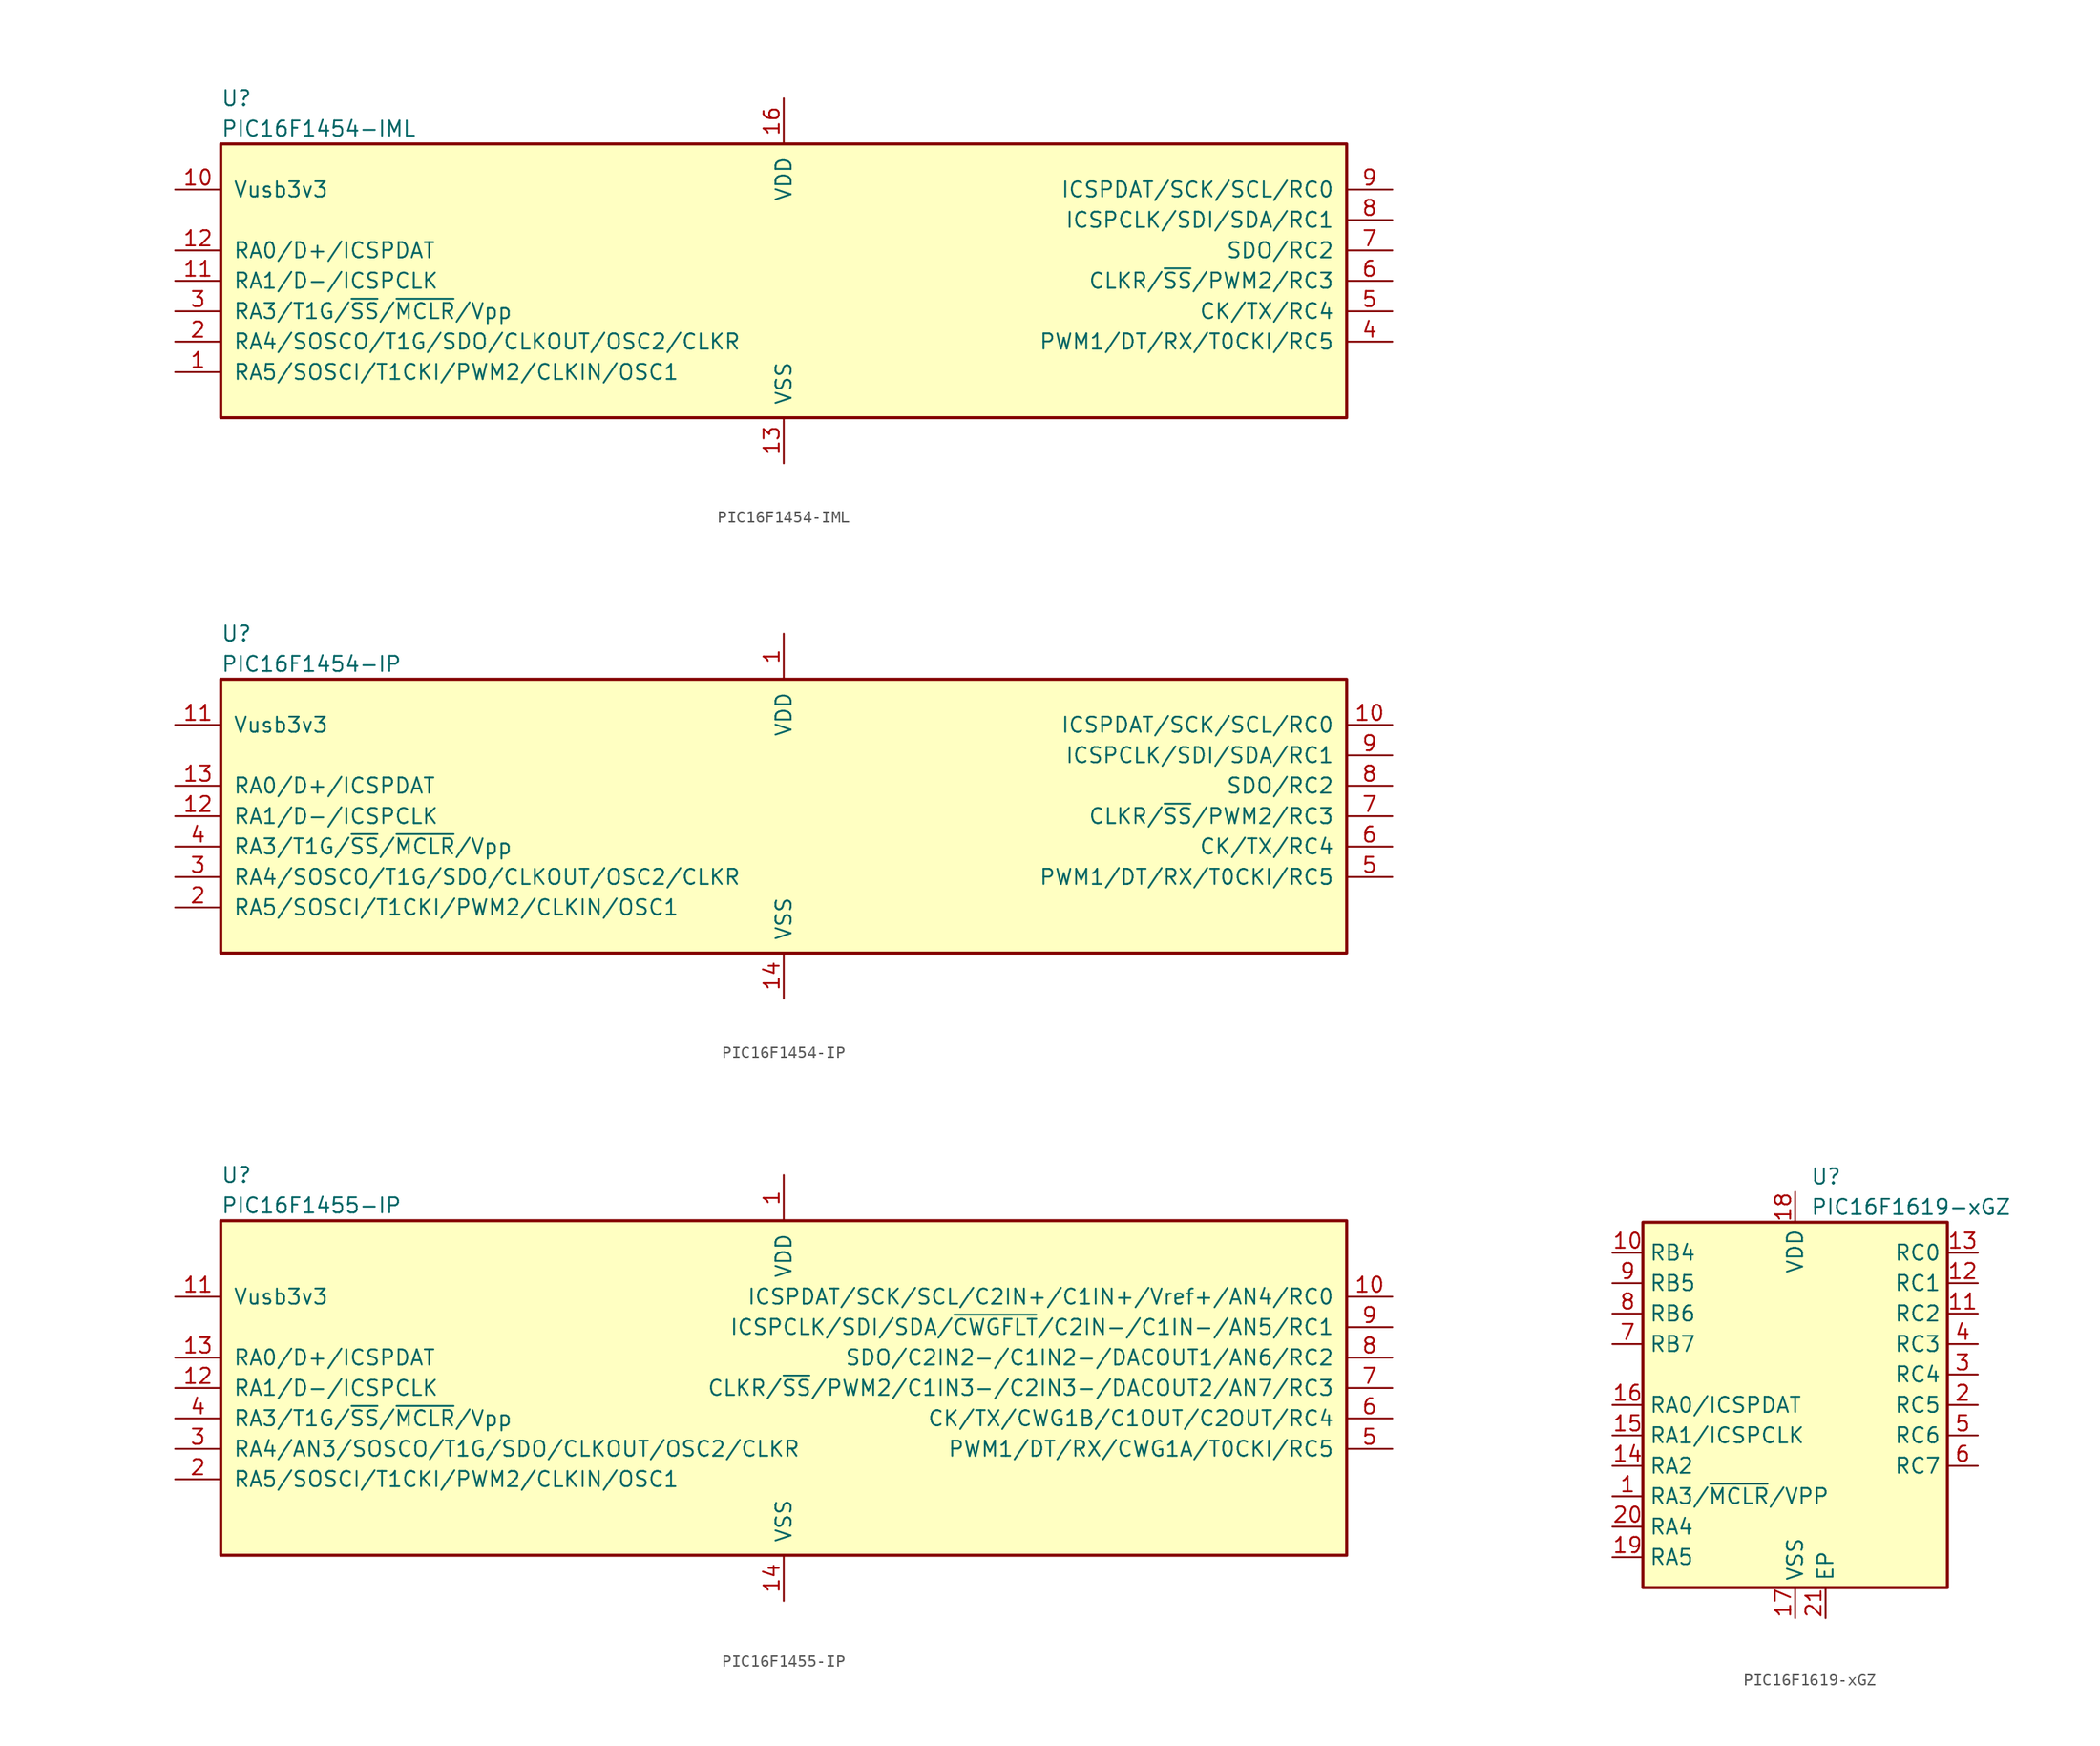
<source format=kicad_sym>
(kicad_symbol_lib
  (version 20201005)
  (generator kicad_symbol_editor)
  (symbol "PIC16F1454-IML"
    (pin_names
      (offset 1.016))
    (property "Reference" "U"
      (at -46.99 15.24 0)
      (effects (font (size 1.27 1.27)) (justify left)))
    (property "Value" "PIC16F1454-IML"
      (at -46.99 12.7 0)
      (effects (font (size 1.27 1.27)) (justify left)))
    (symbol "PIC16F1454-IML_0_1"
      (rectangle (start -46.99 11.43) (end 46.99 -11.43) (stroke (width 0.254)) (fill (type background))))
    (symbol "PIC16F1454-IML_1_1"
      (pin bidirectional line (at -50.8 -7.62 0) (length 3.81) (name "RA5/SOSCI/T1CKI/PWM2/CLKIN/OSC1" (effects (font (size 1.27 1.27)))) (number "1" (effects (font (size 1.27 1.27)))))
      (pin bidirectional line (at -50.8 7.62 0) (length 3.81) (name "Vusb3v3" (effects (font (size 1.27 1.27)))) (number "10" (effects (font (size 1.27 1.27)))))
      (pin bidirectional line (at -50.8 0 0) (length 3.81) (name "RA1/D-/ICSPCLK" (effects (font (size 1.27 1.27)))) (number "11" (effects (font (size 1.27 1.27)))))
      (pin bidirectional line (at -50.8 2.54 0) (length 3.81) (name "RA0/D+/ICSPDAT" (effects (font (size 1.27 1.27)))) (number "12" (effects (font (size 1.27 1.27)))))
      (pin power_in line (at 0 -15.24 90) (length 3.81) (name "VSS" (effects (font (size 1.27 1.27)))) (number "13" (effects (font (size 1.27 1.27)))))
      (pin power_in line (at 0 15.24 270) (length 3.81) (name "VDD" (effects (font (size 1.27 1.27)))) (number "16" (effects (font (size 1.27 1.27)))))
      (pin bidirectional line (at -50.8 -5.08 0) (length 3.81) (name "RA4/SOSCO/T1G/SDO/CLKOUT/OSC2/CLKR" (effects (font (size 1.27 1.27)))) (number "2" (effects (font (size 1.27 1.27)))))
      (pin input line (at -50.8 -2.54 0) (length 3.81) (name "RA3/T1G/~SS~/~MCLR~/Vpp" (effects (font (size 1.27 1.27)))) (number "3" (effects (font (size 1.27 1.27)))))
      (pin bidirectional line (at 50.8 -5.08 180) (length 3.81) (name "PWM1/DT/RX/T0CKI/RC5" (effects (font (size 1.27 1.27)))) (number "4" (effects (font (size 1.27 1.27)))))
      (pin bidirectional line (at 50.8 -2.54 180) (length 3.81) (name "CK/TX/RC4" (effects (font (size 1.27 1.27)))) (number "5" (effects (font (size 1.27 1.27)))))
      (pin bidirectional line (at 50.8 0 180) (length 3.81) (name "CLKR/~SS~/PWM2/RC3" (effects (font (size 1.27 1.27)))) (number "6" (effects (font (size 1.27 1.27)))))
      (pin bidirectional line (at 50.8 2.54 180) (length 3.81) (name "SDO/RC2" (effects (font (size 1.27 1.27)))) (number "7" (effects (font (size 1.27 1.27)))))
      (pin bidirectional line (at 50.8 5.08 180) (length 3.81) (name "ICSPCLK/SDI/SDA/RC1" (effects (font (size 1.27 1.27)))) (number "8" (effects (font (size 1.27 1.27)))))
      (pin bidirectional line (at 50.8 7.62 180) (length 3.81) (name "ICSPDAT/SCK/SCL/RC0" (effects (font (size 1.27 1.27)))) (number "9" (effects (font (size 1.27 1.27)))))))
  (symbol "PIC16F1454-IP"
    (pin_names
      (offset 1.016))
    (property "Reference" "U"
      (at -46.99 15.24 0)
      (effects (font (size 1.27 1.27)) (justify left)))
    (property "Value" "PIC16F1454-IP"
      (at -46.99 12.7 0)
      (effects (font (size 1.27 1.27)) (justify left)))
    (symbol "PIC16F1454-IP_0_1"
      (rectangle (start -46.99 11.43) (end 46.99 -11.43) (stroke (width 0.254)) (fill (type background))))
    (symbol "PIC16F1454-IP_1_1"
      (pin power_in line (at 0 15.24 270) (length 3.81) (name "VDD" (effects (font (size 1.27 1.27)))) (number "1" (effects (font (size 1.27 1.27)))))
      (pin bidirectional line (at 50.8 7.62 180) (length 3.81) (name "ICSPDAT/SCK/SCL/RC0" (effects (font (size 1.27 1.27)))) (number "10" (effects (font (size 1.27 1.27)))))
      (pin bidirectional line (at -50.8 7.62 0) (length 3.81) (name "Vusb3v3" (effects (font (size 1.27 1.27)))) (number "11" (effects (font (size 1.27 1.27)))))
      (pin bidirectional line (at -50.8 0 0) (length 3.81) (name "RA1/D-/ICSPCLK" (effects (font (size 1.27 1.27)))) (number "12" (effects (font (size 1.27 1.27)))))
      (pin bidirectional line (at -50.8 2.54 0) (length 3.81) (name "RA0/D+/ICSPDAT" (effects (font (size 1.27 1.27)))) (number "13" (effects (font (size 1.27 1.27)))))
      (pin power_in line (at 0 -15.24 90) (length 3.81) (name "VSS" (effects (font (size 1.27 1.27)))) (number "14" (effects (font (size 1.27 1.27)))))
      (pin bidirectional line (at -50.8 -7.62 0) (length 3.81) (name "RA5/SOSCI/T1CKI/PWM2/CLKIN/OSC1" (effects (font (size 1.27 1.27)))) (number "2" (effects (font (size 1.27 1.27)))))
      (pin bidirectional line (at -50.8 -5.08 0) (length 3.81) (name "RA4/SOSCO/T1G/SDO/CLKOUT/OSC2/CLKR" (effects (font (size 1.27 1.27)))) (number "3" (effects (font (size 1.27 1.27)))))
      (pin input line (at -50.8 -2.54 0) (length 3.81) (name "RA3/T1G/~SS~/~MCLR~/Vpp" (effects (font (size 1.27 1.27)))) (number "4" (effects (font (size 1.27 1.27)))))
      (pin bidirectional line (at 50.8 -5.08 180) (length 3.81) (name "PWM1/DT/RX/T0CKI/RC5" (effects (font (size 1.27 1.27)))) (number "5" (effects (font (size 1.27 1.27)))))
      (pin bidirectional line (at 50.8 -2.54 180) (length 3.81) (name "CK/TX/RC4" (effects (font (size 1.27 1.27)))) (number "6" (effects (font (size 1.27 1.27)))))
      (pin bidirectional line (at 50.8 0 180) (length 3.81) (name "CLKR/~SS~/PWM2/RC3" (effects (font (size 1.27 1.27)))) (number "7" (effects (font (size 1.27 1.27)))))
      (pin bidirectional line (at 50.8 2.54 180) (length 3.81) (name "SDO/RC2" (effects (font (size 1.27 1.27)))) (number "8" (effects (font (size 1.27 1.27)))))
      (pin bidirectional line (at 50.8 5.08 180) (length 3.81) (name "ICSPCLK/SDI/SDA/RC1" (effects (font (size 1.27 1.27)))) (number "9" (effects (font (size 1.27 1.27)))))))
  (symbol "PIC16F1455-IP"
    (pin_names
      (offset 1.016))
    (property "Reference" "U"
      (at -46.99 17.78 0)
      (effects (font (size 1.27 1.27)) (justify left)))
    (property "Value" "PIC16F1455-IP"
      (at -46.99 15.24 0)
      (effects (font (size 1.27 1.27)) (justify left)))
    (symbol "PIC16F1455-IP_0_1"
      (rectangle (start -46.99 13.97) (end 46.99 -13.97) (stroke (width 0.254)) (fill (type background))))
    (symbol "PIC16F1455-IP_1_1"
      (pin power_in line (at 0 17.78 270) (length 3.81) (name "VDD" (effects (font (size 1.27 1.27)))) (number "1" (effects (font (size 1.27 1.27)))))
      (pin bidirectional line (at 50.8 7.62 180) (length 3.81) (name "ICSPDAT/SCK/SCL/C2IN+/C1IN+/Vref+/AN4/RC0" (effects (font (size 1.27 1.27)))) (number "10" (effects (font (size 1.27 1.27)))))
      (pin bidirectional line (at -50.8 7.62 0) (length 3.81) (name "Vusb3v3" (effects (font (size 1.27 1.27)))) (number "11" (effects (font (size 1.27 1.27)))))
      (pin bidirectional line (at -50.8 0 0) (length 3.81) (name "RA1/D-/ICSPCLK" (effects (font (size 1.27 1.27)))) (number "12" (effects (font (size 1.27 1.27)))))
      (pin bidirectional line (at -50.8 2.54 0) (length 3.81) (name "RA0/D+/ICSPDAT" (effects (font (size 1.27 1.27)))) (number "13" (effects (font (size 1.27 1.27)))))
      (pin power_in line (at 0 -17.78 90) (length 3.81) (name "VSS" (effects (font (size 1.27 1.27)))) (number "14" (effects (font (size 1.27 1.27)))))
      (pin bidirectional line (at -50.8 -7.62 0) (length 3.81) (name "RA5/SOSCI/T1CKI/PWM2/CLKIN/OSC1" (effects (font (size 1.27 1.27)))) (number "2" (effects (font (size 1.27 1.27)))))
      (pin bidirectional line (at -50.8 -5.08 0) (length 3.81) (name "RA4/AN3/SOSCO/T1G/SDO/CLKOUT/OSC2/CLKR" (effects (font (size 1.27 1.27)))) (number "3" (effects (font (size 1.27 1.27)))))
      (pin input line (at -50.8 -2.54 0) (length 3.81) (name "RA3/T1G/~SS~/~MCLR~/Vpp" (effects (font (size 1.27 1.27)))) (number "4" (effects (font (size 1.27 1.27)))))
      (pin bidirectional line (at 50.8 -5.08 180) (length 3.81) (name "PWM1/DT/RX/CWG1A/T0CKI/RC5" (effects (font (size 1.27 1.27)))) (number "5" (effects (font (size 1.27 1.27)))))
      (pin bidirectional line (at 50.8 -2.54 180) (length 3.81) (name "CK/TX/CWG1B/C1OUT/C2OUT/RC4" (effects (font (size 1.27 1.27)))) (number "6" (effects (font (size 1.27 1.27)))))
      (pin bidirectional line (at 50.8 0 180) (length 3.81) (name "CLKR/~SS~/PWM2/C1IN3-/C2IN3-/DACOUT2/AN7/RC3" (effects (font (size 1.27 1.27)))) (number "7" (effects (font (size 1.27 1.27)))))
      (pin bidirectional line (at 50.8 2.54 180) (length 3.81) (name "SDO/C2IN2-/C1IN2-/DACOUT1/AN6/RC2" (effects (font (size 1.27 1.27)))) (number "8" (effects (font (size 1.27 1.27)))))
      (pin bidirectional line (at 50.8 5.08 180) (length 3.81) (name "ICSPCLK/SDI/SDA/~CWGFLT~/C2IN-/C1IN-/AN5/RC1" (effects (font (size 1.27 1.27)))) (number "9" (effects (font (size 1.27 1.27)))))))
  (symbol "PIC16F1619-xGZ"
    (property "Reference" "U"
      (at 1.27 19.05 0)
      (effects (font (size 1.27 1.27)) (justify left)))
    (property "Value" "PIC16F1619-xGZ"
      (at 1.27 16.51 0)
      (effects (font (size 1.27 1.27)) (justify left)))
    (symbol "PIC16F1619-xGZ_0_0"
      (pin passive line (at 2.54 -17.78 90) (length 2.54) (name "EP" (effects (font (size 1.27 1.27)))) (number "21" (effects (font (size 1.27 1.27))))))
    (symbol "PIC16F1619-xGZ_0_1"
      (rectangle (start -12.7 15.24) (end 12.7 -15.24) (stroke (width 0.254)) (fill (type background))))
    (symbol "PIC16F1619-xGZ_1_1"
      (pin bidirectional line (at -15.24 -7.62 0) (length 2.54) (name "RA3/~MCLR~/VPP" (effects (font (size 1.27 1.27)))) (number "1" (effects (font (size 1.27 1.27)))))
      (pin bidirectional line (at -15.24 12.7 0) (length 2.54) (name "RB4" (effects (font (size 1.27 1.27)))) (number "10" (effects (font (size 1.27 1.27)))))
      (pin bidirectional line (at 15.24 7.62 180) (length 2.54) (name "RC2" (effects (font (size 1.27 1.27)))) (number "11" (effects (font (size 1.27 1.27)))))
      (pin bidirectional line (at 15.24 10.16 180) (length 2.54) (name "RC1" (effects (font (size 1.27 1.27)))) (number "12" (effects (font (size 1.27 1.27)))))
      (pin bidirectional line (at 15.24 12.7 180) (length 2.54) (name "RC0" (effects (font (size 1.27 1.27)))) (number "13" (effects (font (size 1.27 1.27)))))
      (pin bidirectional line (at -15.24 -5.08 0) (length 2.54) (name "RA2" (effects (font (size 1.27 1.27)))) (number "14" (effects (font (size 1.27 1.27)))))
      (pin bidirectional line (at -15.24 -2.54 0) (length 2.54) (name "RA1/ICSPCLK" (effects (font (size 1.27 1.27)))) (number "15" (effects (font (size 1.27 1.27)))))
      (pin bidirectional line (at -15.24 0 0) (length 2.54) (name "RA0/ICSPDAT" (effects (font (size 1.27 1.27)))) (number "16" (effects (font (size 1.27 1.27)))))
      (pin power_in line (at 0 -17.78 90) (length 2.54) (name "VSS" (effects (font (size 1.27 1.27)))) (number "17" (effects (font (size 1.27 1.27)))))
      (pin power_in line (at 0 17.78 270) (length 2.54) (name "VDD" (effects (font (size 1.27 1.27)))) (number "18" (effects (font (size 1.27 1.27)))))
      (pin bidirectional line (at -15.24 -12.7 0) (length 2.54) (name "RA5" (effects (font (size 1.27 1.27)))) (number "19" (effects (font (size 1.27 1.27)))))
      (pin bidirectional line (at 15.24 0 180) (length 2.54) (name "RC5" (effects (font (size 1.27 1.27)))) (number "2" (effects (font (size 1.27 1.27)))))
      (pin bidirectional line (at -15.24 -10.16 0) (length 2.54) (name "RA4" (effects (font (size 1.27 1.27)))) (number "20" (effects (font (size 1.27 1.27)))))
      (pin bidirectional line (at 15.24 2.54 180) (length 2.54) (name "RC4" (effects (font (size 1.27 1.27)))) (number "3" (effects (font (size 1.27 1.27)))))
      (pin bidirectional line (at 15.24 5.08 180) (length 2.54) (name "RC3" (effects (font (size 1.27 1.27)))) (number "4" (effects (font (size 1.27 1.27)))))
      (pin bidirectional line (at 15.24 -2.54 180) (length 2.54) (name "RC6" (effects (font (size 1.27 1.27)))) (number "5" (effects (font (size 1.27 1.27)))))
      (pin bidirectional line (at 15.24 -5.08 180) (length 2.54) (name "RC7" (effects (font (size 1.27 1.27)))) (number "6" (effects (font (size 1.27 1.27)))))
      (pin bidirectional line (at -15.24 5.08 0) (length 2.54) (name "RB7" (effects (font (size 1.27 1.27)))) (number "7" (effects (font (size 1.27 1.27)))))
      (pin bidirectional line (at -15.24 7.62 0) (length 2.54) (name "RB6" (effects (font (size 1.27 1.27)))) (number "8" (effects (font (size 1.27 1.27)))))
      (pin bidirectional line (at -15.24 10.16 0) (length 2.54) (name "RB5" (effects (font (size 1.27 1.27)))) (number "9" (effects (font (size 1.27 1.27))))))))
</source>
